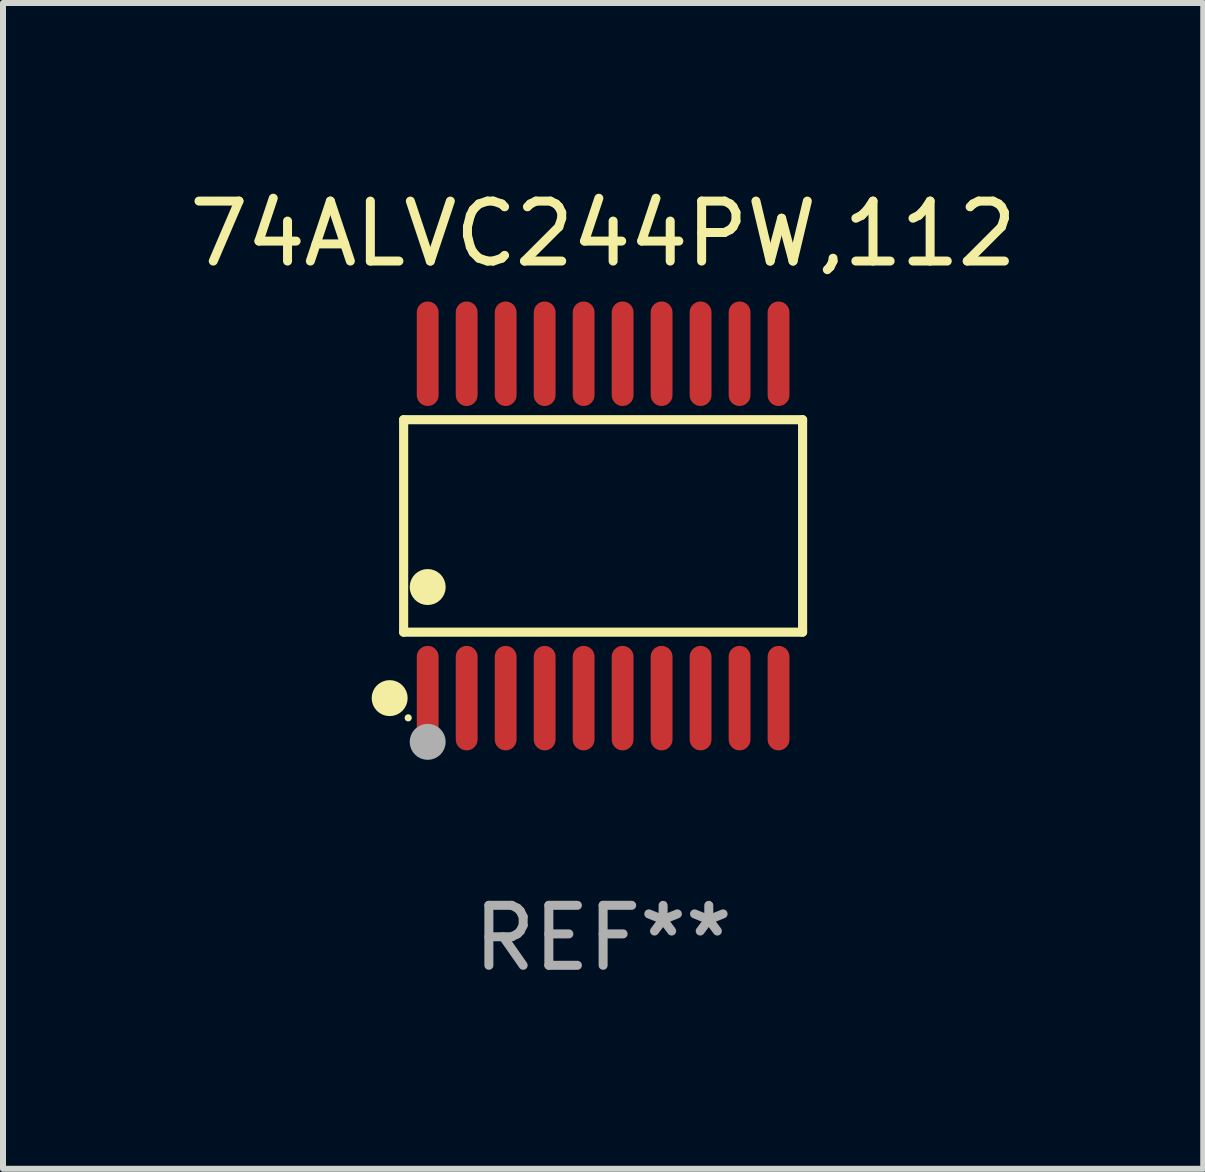
<source format=kicad_pcb>
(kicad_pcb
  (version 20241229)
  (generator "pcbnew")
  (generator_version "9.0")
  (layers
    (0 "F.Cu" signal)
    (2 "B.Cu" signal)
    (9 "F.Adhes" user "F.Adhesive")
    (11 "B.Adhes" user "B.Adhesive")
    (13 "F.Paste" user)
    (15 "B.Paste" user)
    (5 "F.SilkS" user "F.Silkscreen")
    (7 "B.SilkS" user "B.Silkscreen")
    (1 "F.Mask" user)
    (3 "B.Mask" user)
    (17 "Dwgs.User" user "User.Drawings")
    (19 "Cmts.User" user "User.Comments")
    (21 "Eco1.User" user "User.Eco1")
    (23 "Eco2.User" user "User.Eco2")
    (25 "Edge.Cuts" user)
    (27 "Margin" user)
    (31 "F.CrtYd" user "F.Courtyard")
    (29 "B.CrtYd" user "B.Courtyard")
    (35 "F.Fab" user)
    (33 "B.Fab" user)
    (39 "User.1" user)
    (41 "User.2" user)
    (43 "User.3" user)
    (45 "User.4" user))
  (footprint "74ALVC244PW,112"
    (layer "F.Cu")
    (at 7.006 5.719)
    (property "Reference" "74ALVC244PW,112" (at 0 -4.871 0) (layer "F.SilkS") (effects (font (size 1 1) (thickness 0.15))))
    (attr through_hole)
    (fp_line (start -3.326 -1.771) (end 3.326 -1.771) (stroke (width 0.152) (type solid)) (layer "F.SilkS"))
    (fp_line (start -3.326 1.771) (end -3.326 -1.771) (stroke (width 0.152) (type solid)) (layer "F.SilkS"))
    (fp_line (start 3.326 -1.771) (end 3.326 1.771) (stroke (width 0.152) (type solid)) (layer "F.SilkS"))
    (fp_line (start 3.326 1.771) (end -3.326 1.771) (stroke (width 0.152) (type solid)) (layer "F.SilkS"))
    (fp_circle (center -3.559 2.871) (end -3.409 2.871) (stroke (width 0.3) (type solid)) (fill no) (layer "F.SilkS"))
    (fp_circle (center -3.25 3.2) (end -3.22 3.2) (stroke (width 0.06) (type solid)) (fill no) (layer "F.SilkS"))
    (fp_circle (center -2.925 1.019) (end -2.775 1.019) (stroke (width 0.3) (type solid)) (fill no) (layer "F.SilkS"))
    (fp_circle (center -2.925 3.6) (end -2.775 3.6) (stroke (width 0.3) (type solid)) (fill no) (layer "F.Fab"))
    (fp_text user "REF**" (at 0 6.871 0) (layer "F.Fab") (effects (font (size 1 1) (thickness 0.15))))
    (pad "1" smd oval (at -2.925 2.871) (size 0.364 1.742) (layers "F.Cu" "F.Mask" "F.Paste"))
    (pad "2" smd oval (at -2.275 2.871) (size 0.364 1.742) (layers "F.Cu" "F.Mask" "F.Paste"))
    (pad "3" smd oval (at -1.625 2.871) (size 0.364 1.742) (layers "F.Cu" "F.Mask" "F.Paste"))
    (pad "4" smd oval (at -0.975 2.871) (size 0.364 1.742) (layers "F.Cu" "F.Mask" "F.Paste"))
    (pad "5" smd oval (at -0.325 2.871) (size 0.364 1.742) (layers "F.Cu" "F.Mask" "F.Paste"))
    (pad "6" smd oval (at 0.325 2.871) (size 0.364 1.742) (layers "F.Cu" "F.Mask" "F.Paste"))
    (pad "7" smd oval (at 0.975 2.871) (size 0.364 1.742) (layers "F.Cu" "F.Mask" "F.Paste"))
    (pad "8" smd oval (at 1.625 2.871) (size 0.364 1.742) (layers "F.Cu" "F.Mask" "F.Paste"))
    (pad "9" smd oval (at 2.275 2.871) (size 0.364 1.742) (layers "F.Cu" "F.Mask" "F.Paste"))
    (pad "10" smd oval (at 2.925 2.871) (size 0.364 1.742) (layers "F.Cu" "F.Mask" "F.Paste"))
    (pad "11" smd oval (at 2.925 -2.871) (size 0.364 1.742) (layers "F.Cu" "F.Mask" "F.Paste"))
    (pad "12" smd oval (at 2.275 -2.871) (size 0.364 1.742) (layers "F.Cu" "F.Mask" "F.Paste"))
    (pad "13" smd oval (at 1.625 -2.871) (size 0.364 1.742) (layers "F.Cu" "F.Mask" "F.Paste"))
    (pad "14" smd oval (at 0.975 -2.871) (size 0.364 1.742) (layers "F.Cu" "F.Mask" "F.Paste"))
    (pad "15" smd oval (at 0.325 -2.871) (size 0.364 1.742) (layers "F.Cu" "F.Mask" "F.Paste"))
    (pad "16" smd oval (at -0.325 -2.871) (size 0.364 1.742) (layers "F.Cu" "F.Mask" "F.Paste"))
    (pad "17" smd oval (at -0.975 -2.871) (size 0.364 1.742) (layers "F.Cu" "F.Mask" "F.Paste"))
    (pad "18" smd oval (at -1.625 -2.871) (size 0.364 1.742) (layers "F.Cu" "F.Mask" "F.Paste"))
    (pad "19" smd oval (at -2.275 -2.871) (size 0.364 1.742) (layers "F.Cu" "F.Mask" "F.Paste"))
    (pad "20" smd oval (at -2.925 -2.871) (size 0.364 1.742) (layers "F.Cu" "F.Mask" "F.Paste")))
  (gr_rect
    (start -3 -3)
    (end 17.012 16.438)
    (stroke (width 0.1) (type default))
    (fill no)
    (layer "Edge.Cuts")))
</source>
